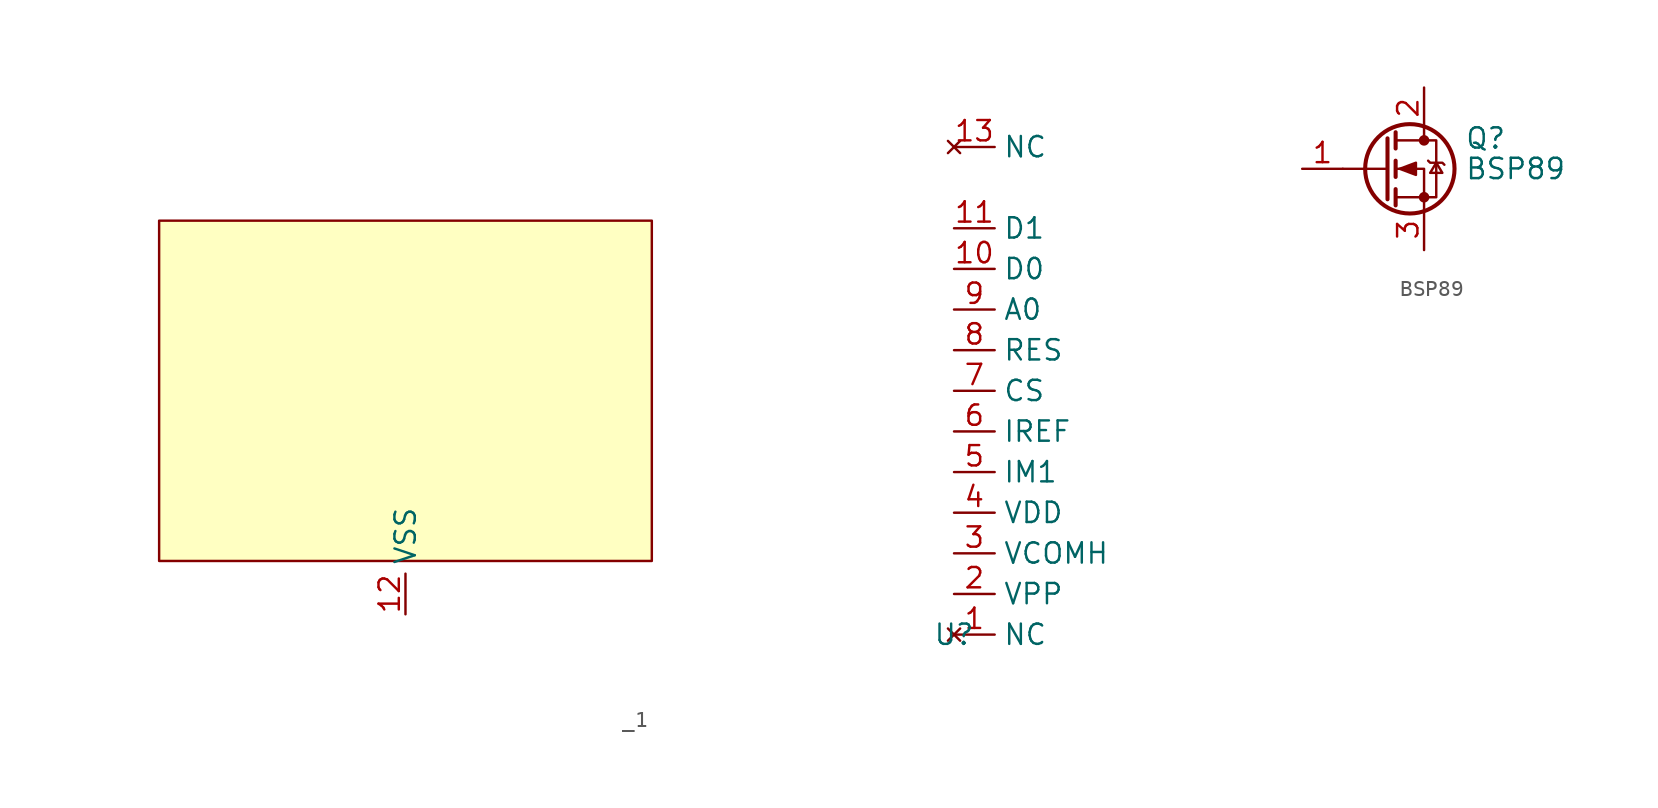
<source format=kicad_sym>
(kicad_symbol_lib
  (version 20241209)
  (generator "kicad_symbol_editor")
  (generator_version "9.0")
  (symbol "_1"
    (property "Reference" "U"
      (at 34.29 -15.24 0)
      (effects (font (size 1.27 1.27))))
    (property "Value" ""
      (at 0 0 0)
      (effects (font (size 1.27 1.27))))
    (symbol "_1_0_0"
      (pin power_in line (at 0 -13.97 90) (length 2.54) (name "VSS" (effects (font (size 1.27 1.27)))) (number "12" (effects (font (size 1.27 1.27)))))
      (pin no_connect line (at 34.29 15.24 0) (length 2.54) (name "NC" (effects (font (size 1.27 1.27)))) (number "13" (effects (font (size 1.27 1.27)))))
      (pin unspecified line (at 34.29 10.16 0) (length 2.54) (name "D1" (effects (font (size 1.27 1.27)))) (number "11" (effects (font (size 1.27 1.27)))))
      (pin unspecified line (at 34.29 7.62 0) (length 2.54) (name "D0" (effects (font (size 1.27 1.27)))) (number "10" (effects (font (size 1.27 1.27)))))
      (pin unspecified line (at 34.29 5.08 0) (length 2.54) (name "A0" (effects (font (size 1.27 1.27)))) (number "9" (effects (font (size 1.27 1.27)))))
      (pin unspecified line (at 34.29 2.54 0) (length 2.54) (name "RES" (effects (font (size 1.27 1.27)))) (number "8" (effects (font (size 1.27 1.27)))))
      (pin unspecified line (at 34.29 0 0) (length 2.54) (name "CS" (effects (font (size 1.27 1.27)))) (number "7" (effects (font (size 1.27 1.27)))))
      (pin unspecified line (at 34.29 -2.54 0) (length 2.54) (name "IREF" (effects (font (size 1.27 1.27)))) (number "6" (effects (font (size 1.27 1.27)))))
      (pin input line (at 34.29 -5.08 0) (length 2.54) (name "IM1" (effects (font (size 1.27 1.27)))) (number "5" (effects (font (size 1.27 1.27)))))
      (pin power_in line (at 34.29 -7.62 0) (length 2.54) (name "VDD" (effects (font (size 1.27 1.27)))) (number "4" (effects (font (size 1.27 1.27)))))
      (pin power_in line (at 34.29 -10.16 0) (length 2.54) (name "VCOMH" (effects (font (size 1.27 1.27)))) (number "3" (effects (font (size 1.27 1.27)))))
      (pin power_in line (at 34.29 -12.7 0) (length 2.54) (name "VPP" (effects (font (size 1.27 1.27)))) (number "2" (effects (font (size 1.27 1.27)))))
      (pin no_connect line (at 34.29 -15.24 0) (length 2.54) (name "NC" (effects (font (size 1.27 1.27)))) (number "1" (effects (font (size 1.27 1.27))))))
    (symbol "_1_1_1"
      (rectangle (start -15.399 10.636) (end 15.399 -10.636) (stroke (width 0) (type solid)) (fill (type background)))))
  (symbol "BSP89"
    (pin_names
      (hide yes))
    (property "Reference" "Q"
      (at 5.08 1.905 0)
      (effects (font (size 1.27 1.27)) (justify left)))
    (property "Value" "BSP89"
      (at 5.08 0 0)
      (effects (font (size 1.27 1.27)) (justify left)))
    (symbol "BSP89_0_1"
      (polyline (pts (xy 0.254 1.905) (xy 0.254 -1.905)) (stroke (width 0.254) (type default)) (fill (type none)))
      (polyline (pts (xy 0.254 0) (xy -2.54 0)) (stroke (width 0) (type default)) (fill (type none)))
      (polyline (pts (xy 0.762 2.286) (xy 0.762 1.27)) (stroke (width 0.254) (type default)) (fill (type none)))
      (polyline (pts (xy 0.762 0.508) (xy 0.762 -0.508)) (stroke (width 0.254) (type default)) (fill (type none)))
      (polyline (pts (xy 0.762 -1.27) (xy 0.762 -2.286)) (stroke (width 0.254) (type default)) (fill (type none)))
      (polyline (pts (xy 0.762 -1.778) (xy 3.302 -1.778) (xy 3.302 1.778) (xy 0.762 1.778)) (stroke (width 0) (type default)) (fill (type none)))
      (polyline (pts (xy 1.016 0) (xy 2.032 0.381) (xy 2.032 -0.381) (xy 1.016 0)) (stroke (width 0) (type default)) (fill (type outline)))
      (circle (center 1.651 0) (radius 2.794) (stroke (width 0.254) (type default)) (fill (type none)))
      (polyline (pts (xy 2.54 2.54) (xy 2.54 1.778)) (stroke (width 0) (type default)) (fill (type none)))
      (circle (center 2.54 1.778) (radius 0.254) (stroke (width 0) (type default)) (fill (type outline)))
      (circle (center 2.54 -1.778) (radius 0.254) (stroke (width 0) (type default)) (fill (type outline)))
      (polyline (pts (xy 2.54 -2.54) (xy 2.54 0) (xy 0.762 0)) (stroke (width 0) (type default)) (fill (type none)))
      (polyline (pts (xy 2.794 0.508) (xy 2.921 0.381) (xy 3.683 0.381) (xy 3.81 0.254)) (stroke (width 0) (type default)) (fill (type none)))
      (polyline (pts (xy 3.302 0.381) (xy 2.921 -0.254) (xy 3.683 -0.254) (xy 3.302 0.381)) (stroke (width 0) (type default)) (fill (type none))))
    (symbol "BSP89_1_1"
      (pin input line (at -5.08 0 0) (length 2.54) (name "G" (effects (font (size 1.27 1.27)))) (number "1" (effects (font (size 1.27 1.27)))))
      (pin passive line (at 2.54 5.08 270) (length 2.54) (name "D" (effects (font (size 1.27 1.27)))) (number "2" (effects (font (size 1.27 1.27)))))
      (pin passive line (at 2.54 -5.08 90) (length 2.54) (name "S" (effects (font (size 1.27 1.27)))) (number "3" (effects (font (size 1.27 1.27))))))))
</source>
